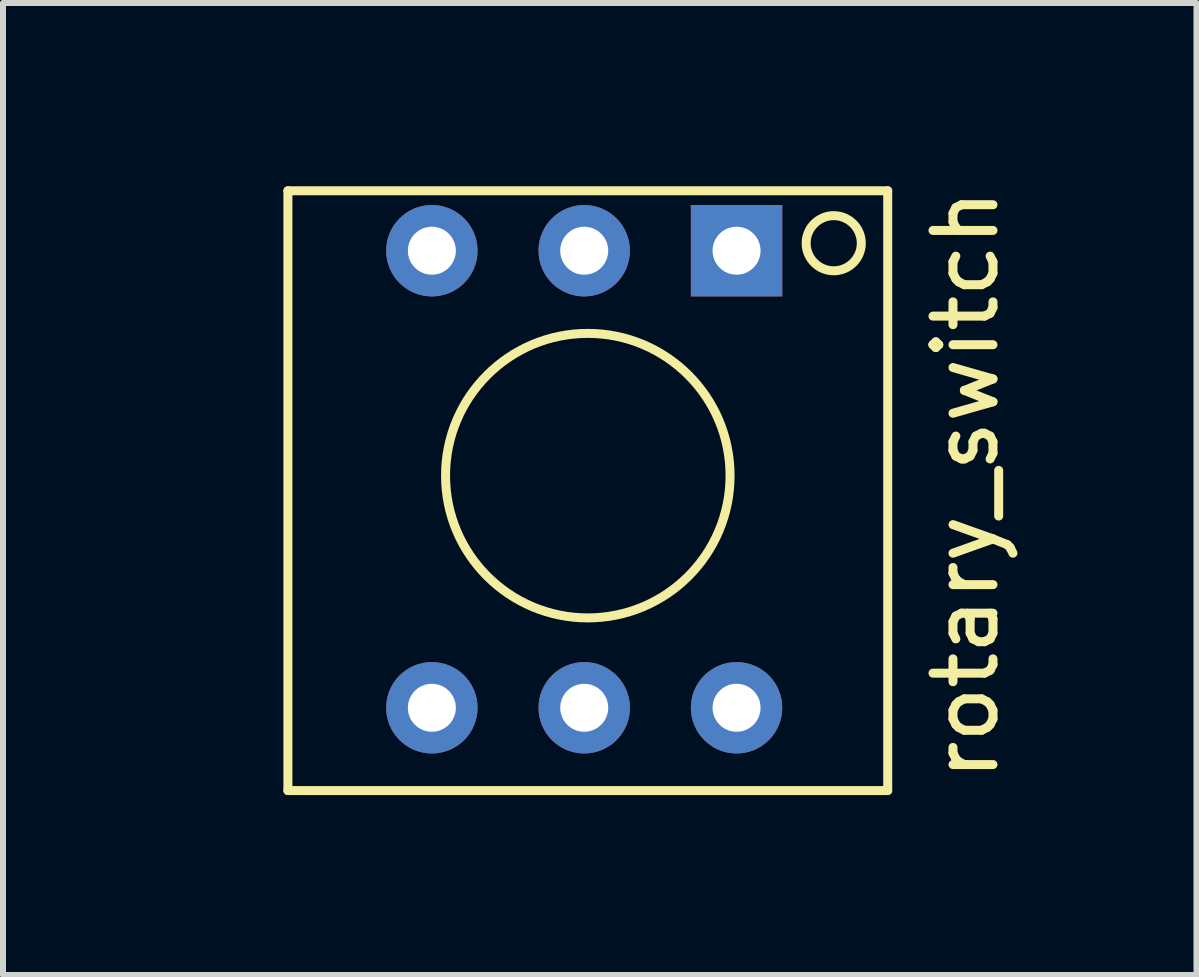
<source format=kicad_pcb>
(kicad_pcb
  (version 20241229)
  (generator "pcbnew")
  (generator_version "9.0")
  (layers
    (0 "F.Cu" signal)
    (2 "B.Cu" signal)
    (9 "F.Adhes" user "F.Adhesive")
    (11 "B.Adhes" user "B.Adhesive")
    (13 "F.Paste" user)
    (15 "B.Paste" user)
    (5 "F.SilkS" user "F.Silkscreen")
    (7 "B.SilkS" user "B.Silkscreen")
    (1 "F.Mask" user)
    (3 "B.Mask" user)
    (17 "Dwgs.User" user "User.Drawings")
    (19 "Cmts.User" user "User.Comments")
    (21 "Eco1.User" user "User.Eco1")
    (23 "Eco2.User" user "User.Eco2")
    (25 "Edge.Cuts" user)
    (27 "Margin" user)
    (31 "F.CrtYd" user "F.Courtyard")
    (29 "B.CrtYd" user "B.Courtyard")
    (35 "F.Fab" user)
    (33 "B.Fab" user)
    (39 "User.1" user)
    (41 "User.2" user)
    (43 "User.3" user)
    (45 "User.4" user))
  (footprint "rotary_switch"
    (layer "F.Cu")
    (at 0.25 7.63)
    (property "Reference" "rotary_switch" (at 12.8 -2.6 90) (layer "F.SilkS") (effects (font (size 1 1) (thickness 0.15))))
    (attr through_hole)
    (fp_line (start 1.5 -7.5) (end 1.5 2.5) (stroke (width 0.15) (type solid)) (layer "F.SilkS"))
    (fp_line (start 1.5 -7.5) (end 11.5 -7.5) (stroke (width 0.15) (type solid)) (layer "F.SilkS"))
    (fp_line (start 1.5 2.5) (end 11.5 2.5) (stroke (width 0.15) (type solid)) (layer "F.SilkS"))
    (fp_line (start 11.5 -7.5) (end 11.5 2.5) (stroke (width 0.15) (type solid)) (layer "F.SilkS"))
    (fp_circle (center 6.5 -2.75) (end 8.75 -2) (stroke (width 0.15) (type solid)) (fill no) (layer "F.SilkS"))
    (fp_circle (center 10.6 -6.625) (end 10.925 -6.3) (stroke (width 0.15) (type solid)) (fill no) (layer "F.SilkS"))
    (pad "1" thru_hole rect (at 8.98 -6.5) (size 1.524 1.524) (drill 0.8) (layers "*.Cu" "*.Mask"))
    (pad "2" thru_hole circle (at 3.9 1.12) (size 1.524 1.524) (drill 0.8) (layers "*.Cu" "*.Mask"))
    (pad "4" thru_hole circle (at 3.9 -6.5) (size 1.524 1.524) (drill 0.8) (layers "*.Cu" "*.Mask"))
    (pad "8" thru_hole circle (at 8.98 1.12) (size 1.524 1.524) (drill 0.8) (layers "*.Cu" "*.Mask"))
    (pad "C" thru_hole circle (at 6.44 -6.5) (size 1.524 1.524) (drill 0.8) (layers "*.Cu" "*.Mask"))
    (pad "C" thru_hole circle (at 6.44 1.12) (size 1.524 1.524) (drill 0.8) (layers "*.Cu" "*.Mask")))
  (gr_rect
    (start -3 -3)
    (end 16.898 13.205)
    (stroke (width 0.1) (type default))
    (fill no)
    (layer "Edge.Cuts")))
</source>
